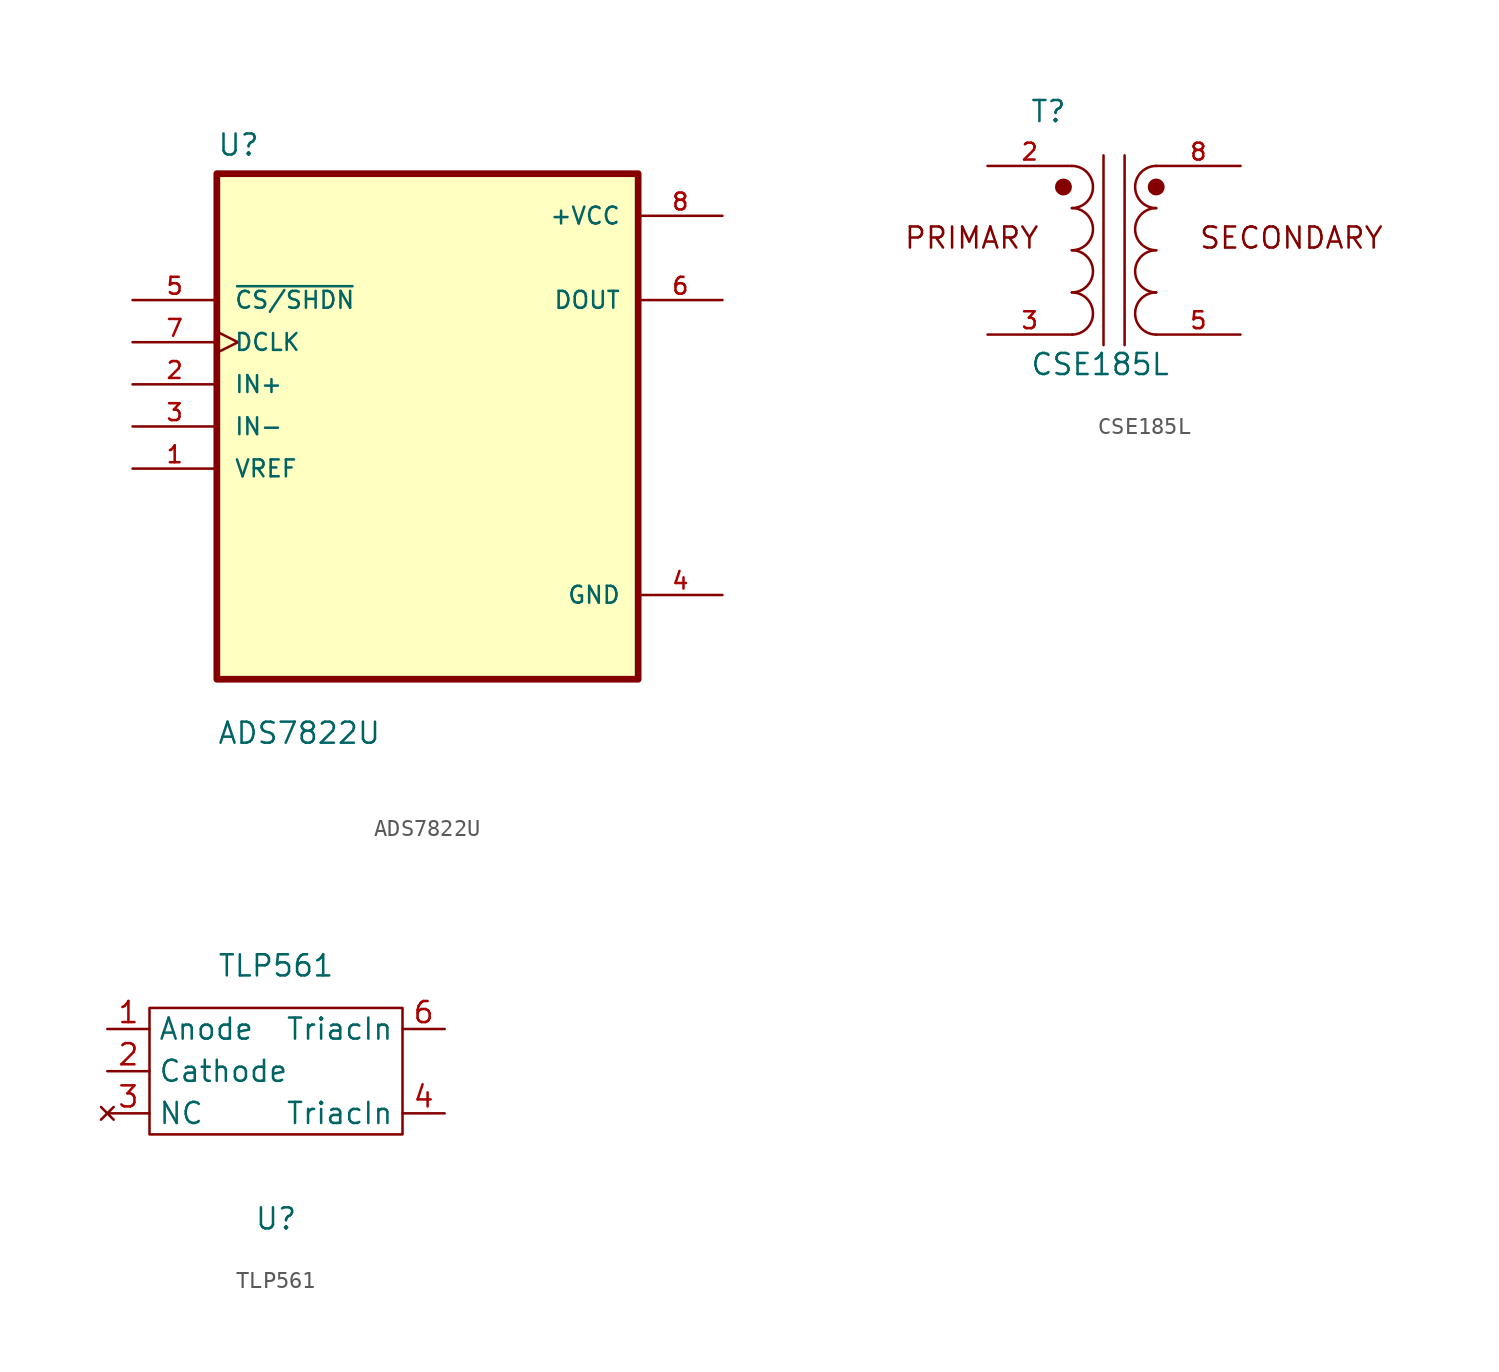
<source format=kicad_sym>
(kicad_symbol_lib
  (version 20211014)
  (generator kicad_symbol_editor)
  (symbol "ADS7822U"
    (pin_names
      (offset 1.016))
    (property "Reference" "U"
      (at -12.7 16.231 0)
      (effects (font (size 1.27 1.27)) (justify left bottom)))
    (property "Value" "ADS7822U"
      (at -12.7 -19.228 0)
      (effects (font (size 1.27 1.27)) (justify left bottom)))
    (property "ki_locked" ""
      (at 0 0 0)
      (effects (font (size 1.27 1.27))))
    (symbol "ADS7822U_0_0"
      (rectangle (start -12.7 -15.24) (end 12.7 15.24) (stroke (width 0.406) (type default) (color 0 0 0 0)) (fill (type background)))
      (pin input line (at -17.78 -2.54 0) (length 5.08) (name "VREF" (effects (font (size 1.016 1.016)))) (number "1" (effects (font (size 1.016 1.016)))))
      (pin input line (at -17.78 2.54 0) (length 5.08) (name "IN+" (effects (font (size 1.016 1.016)))) (number "2" (effects (font (size 1.016 1.016)))))
      (pin input line (at -17.78 0 0) (length 5.08) (name "IN-" (effects (font (size 1.016 1.016)))) (number "3" (effects (font (size 1.016 1.016)))))
      (pin power_in line (at 17.78 -10.16 180) (length 5.08) (name "GND" (effects (font (size 1.016 1.016)))) (number "4" (effects (font (size 1.016 1.016)))))
      (pin input line (at -17.78 7.62 0) (length 5.08) (name "~{CS/SHDN}" (effects (font (size 1.016 1.016)))) (number "5" (effects (font (size 1.016 1.016)))))
      (pin output line (at 17.78 7.62 180) (length 5.08) (name "DOUT" (effects (font (size 1.016 1.016)))) (number "6" (effects (font (size 1.016 1.016)))))
      (pin input clock (at -17.78 5.08 0) (length 5.08) (name "DCLK" (effects (font (size 1.016 1.016)))) (number "7" (effects (font (size 1.016 1.016)))))
      (pin power_in line (at 17.78 12.7 180) (length 5.08) (name "+VCC" (effects (font (size 1.016 1.016)))) (number "8" (effects (font (size 1.016 1.016)))))))
  (symbol "CSE185L"
    (pin_names
      (offset 1.016) hide)
    (property "Reference" "T"
      (at -5.08 7.62 0)
      (effects (font (size 1.27 1.27)) (justify left bottom)))
    (property "Value" "CSE185L"
      (at -5.08 -7.62 0)
      (effects (font (size 1.27 1.27)) (justify left bottom)))
    (property "ki_locked" ""
      (at 0 0 0)
      (effects (font (size 1.27 1.27))))
    (symbol "CSE185L_0_0"
      (circle (center -3.048 3.81) (radius 0.254) (stroke (width 0.508) (type default) (color 0 0 0 0)) (fill (type none)))
      (arc (start -2.54 -5.08) (mid -1.27 -3.81) (end -2.54 -2.54) (stroke (width 0.1524) (type default) (color 0 0 0 0)) (fill (type none)))
      (arc (start -2.54 -2.54) (mid -1.27 -1.27) (end -2.54 0) (stroke (width 0.1524) (type default) (color 0 0 0 0)) (fill (type none)))
      (arc (start -2.54 0) (mid -1.27 1.27) (end -2.54 2.54) (stroke (width 0.1524) (type default) (color 0 0 0 0)) (fill (type none)))
      (arc (start -2.54 2.54) (mid -1.27 3.81) (end -2.54 5.08) (stroke (width 0.1524) (type default) (color 0 0 0 0)) (fill (type none)))
      (polyline (pts (xy -0.635 5.715) (xy -0.635 -5.715)) (stroke (width 0.152) (type default) (color 0 0 0 0)) (fill (type none)))
      (polyline (pts (xy 0.635 5.715) (xy 0.635 -5.715)) (stroke (width 0.152) (type default) (color 0 0 0 0)) (fill (type none)))
      (arc (start 2.54 -2.54) (mid 1.27 -3.81) (end 2.54 -5.08) (stroke (width 0.1524) (type default) (color 0 0 0 0)) (fill (type none)))
      (arc (start 2.54 0) (mid 1.27 -1.27) (end 2.54 -2.54) (stroke (width 0.1524) (type default) (color 0 0 0 0)) (fill (type none)))
      (arc (start 2.54 2.54) (mid 1.27 1.27) (end 2.54 0) (stroke (width 0.1524) (type default) (color 0 0 0 0)) (fill (type none)))
      (circle (center 2.54 3.81) (radius 0.254) (stroke (width 0.508) (type default) (color 0 0 0 0)) (fill (type none)))
      (arc (start 2.54 5.08) (mid 1.27 3.81) (end 2.54 2.54) (stroke (width 0.1524) (type default) (color 0 0 0 0)) (fill (type none)))
      (text "PRIMARY" (at -12.7 0 0) (effects (font (size 1.27 1.27)) (justify left bottom)))
      (text "SECONDARY" (at 5.08 0 0) (effects (font (size 1.27 1.27)) (justify left bottom)))
      (pin passive line (at -7.62 5.08 0) (length 5.08) (name "~" (effects (font (size 1.016 1.016)))) (number "2" (effects (font (size 1.016 1.016)))))
      (pin passive line (at -7.62 -5.08 0) (length 5.08) (name "~" (effects (font (size 1.016 1.016)))) (number "3" (effects (font (size 1.016 1.016)))))
      (pin passive line (at 7.62 -5.08 180) (length 5.08) (name "~" (effects (font (size 1.016 1.016)))) (number "5" (effects (font (size 1.016 1.016)))))
      (pin passive line (at 7.62 5.08 180) (length 5.08) (name "~" (effects (font (size 1.016 1.016)))) (number "8" (effects (font (size 1.016 1.016)))))))
  (symbol "TLP561"
    (property "Reference" "U"
      (at 0 -8.89 0)
      (effects (font (size 1.27 1.27))))
    (property "Value" "TLP561"
      (at 0 6.35 0)
      (effects (font (size 1.27 1.27))))
    (symbol "TLP561_0_1"
      (rectangle (start -7.62 3.81) (end 7.62 -3.81) (stroke (width 0.152) (type default) (color 0 0 0 0)) (fill (type none))))
    (symbol "TLP561_1_1"
      (pin input line (at -10.16 2.54 0) (length 2.54) (name "Anode" (effects (font (size 1.27 1.27)))) (number "1" (effects (font (size 1.27 1.27)))))
      (pin passive line (at -10.16 0 0) (length 2.54) (name "Cathode" (effects (font (size 1.27 1.27)))) (number "2" (effects (font (size 1.27 1.27)))))
      (pin no_connect line (at -10.16 -2.54 0) (length 2.54) (name "NC" (effects (font (size 1.27 1.27)))) (number "3" (effects (font (size 1.27 1.27)))))
      (pin passive line (at 10.16 -2.54 180) (length 2.54) (name "TriacIn" (effects (font (size 1.27 1.27)))) (number "4" (effects (font (size 1.27 1.27)))))
      (pin passive line (at 10.16 2.54 180) (length 2.54) (name "TriacIn" (effects (font (size 1.27 1.27)))) (number "6" (effects (font (size 1.27 1.27))))))))
</source>
